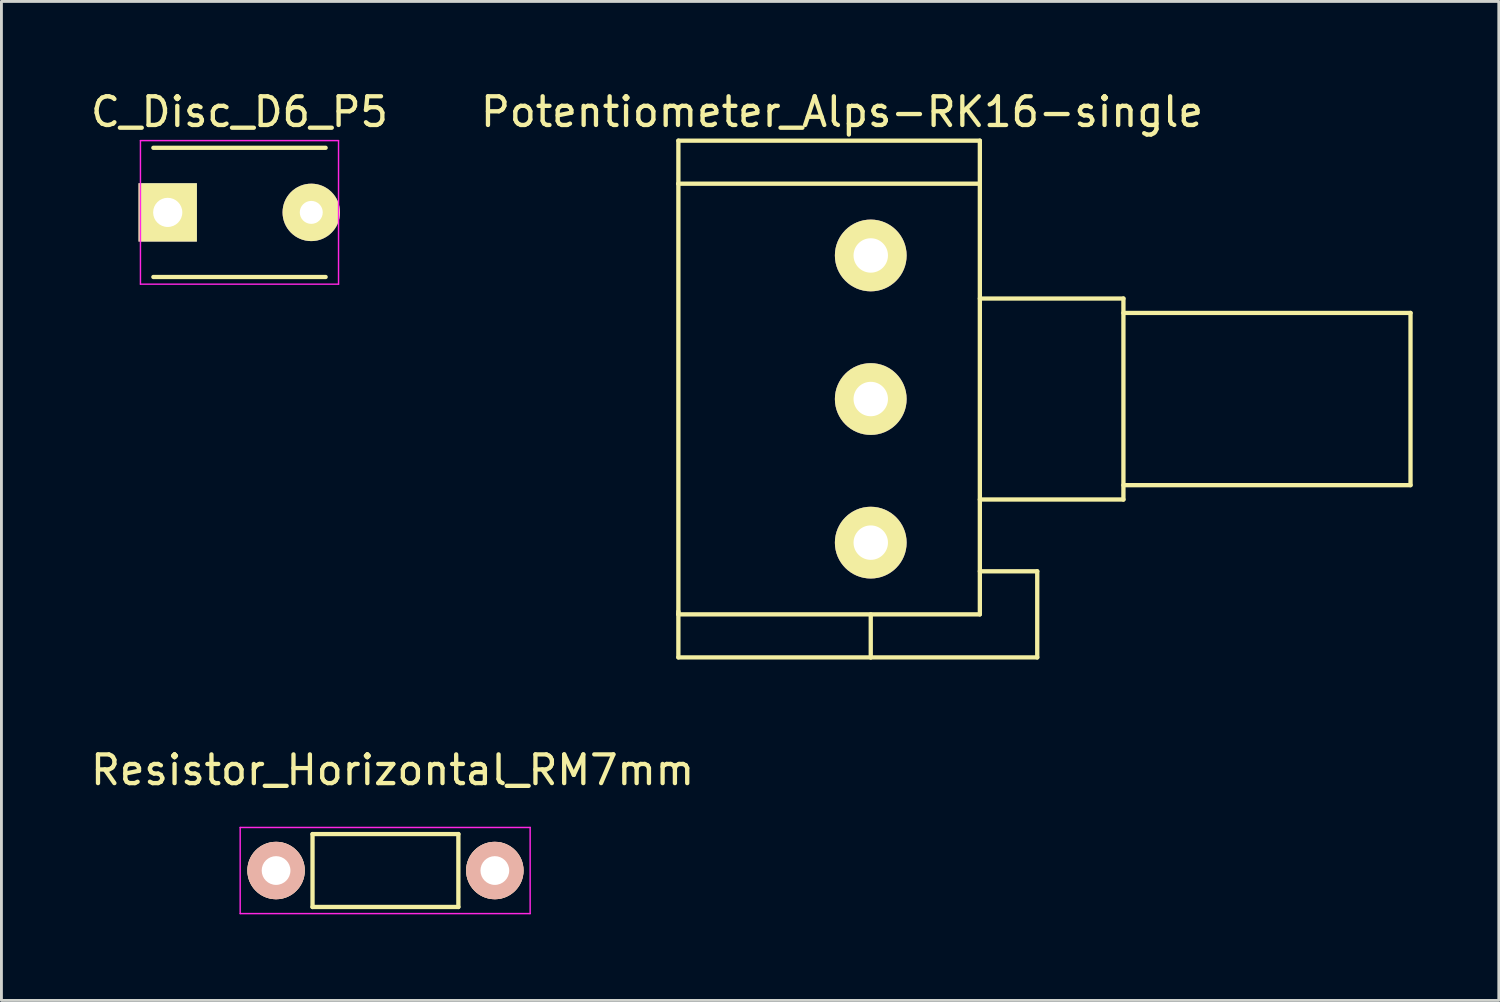
<source format=kicad_pcb>
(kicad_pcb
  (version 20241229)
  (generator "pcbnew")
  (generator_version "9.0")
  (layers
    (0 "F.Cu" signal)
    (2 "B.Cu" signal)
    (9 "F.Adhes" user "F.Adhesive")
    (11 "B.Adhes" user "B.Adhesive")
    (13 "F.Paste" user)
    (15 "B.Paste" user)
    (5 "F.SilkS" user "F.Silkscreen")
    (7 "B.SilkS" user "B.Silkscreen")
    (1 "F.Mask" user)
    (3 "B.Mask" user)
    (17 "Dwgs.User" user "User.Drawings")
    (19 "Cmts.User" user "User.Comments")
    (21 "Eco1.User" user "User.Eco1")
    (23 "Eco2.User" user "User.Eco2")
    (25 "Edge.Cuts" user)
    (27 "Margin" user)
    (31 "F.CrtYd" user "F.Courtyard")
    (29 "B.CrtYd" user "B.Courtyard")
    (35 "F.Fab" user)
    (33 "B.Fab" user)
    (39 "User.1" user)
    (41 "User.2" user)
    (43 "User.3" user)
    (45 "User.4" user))
  (footprint "C_Disc_D6_P5"
    (layer "F.Cu")
    (at 2.792 4.348)
    (property "Reference" "C_Disc_D6_P5" (at 2.5 -3.5 0) (layer "F.SilkS") (effects (font (size 1 1) (thickness 0.15))))
    (attr through_hole)
    (fp_line (start -0.5 -2.25) (end 5.5 -2.25) (stroke (width 0.15) (type solid)) (layer "F.SilkS"))
    (fp_line (start 5.5 2.25) (end -0.5 2.25) (stroke (width 0.15) (type solid)) (layer "F.SilkS"))
    (fp_line (start -0.95 -2.5) (end 5.95 -2.5) (stroke (width 0.05) (type solid)) (layer "F.CrtYd"))
    (fp_line (start -0.95 2.5) (end -0.95 -2.5) (stroke (width 0.05) (type solid)) (layer "F.CrtYd"))
    (fp_line (start 5.95 -2.5) (end 5.95 2.5) (stroke (width 0.05) (type solid)) (layer "F.CrtYd"))
    (fp_line (start 5.95 2.5) (end -0.95 2.5) (stroke (width 0.05) (type solid)) (layer "F.CrtYd"))
    (pad "1" thru_hole rect (at 0 0) (size 2.032 2.032) (drill 1.016) (layers "*.Cu" "*.Mask" "F.SilkS"))
    (pad "2" thru_hole circle (at 5 0) (size 2 2) (drill 0.8) (layers "*.Cu" "*.Mask" "F.SilkS")))
  (footprint "Potentiometer_Alps-RK16-single"
    (layer "F.Cu")
    (at 27.28 5.848)
    (property "Reference" "Potentiometer_Alps-RK16-single" (at -1 -5 0) (layer "F.SilkS") (effects (font (size 1 1) (thickness 0.15))))
    (attr through_hole)
    (fp_line (start -6.701 -3.998) (end -6.701 -2.499) (stroke (width 0.15) (type solid)) (layer "F.SilkS"))
    (fp_line (start -6.701 -2.499) (end -6.701 12.502) (stroke (width 0.15) (type solid)) (layer "F.SilkS"))
    (fp_line (start -6.701 12.502) (end 3.8 12.502) (stroke (width 0.15) (type solid)) (layer "F.SilkS"))
    (fp_line (start -6.701 14) (end -6.701 12.4) (stroke (width 0.15) (type solid)) (layer "F.SilkS"))
    (fp_line (start 0 14) (end -6.701 14) (stroke (width 0.15) (type solid)) (layer "F.SilkS"))
    (fp_line (start 0 14) (end 0 12.502) (stroke (width 0.15) (type solid)) (layer "F.SilkS"))
    (fp_line (start 3.8 -3.998) (end -6.701 -3.998) (stroke (width 0.15) (type solid)) (layer "F.SilkS"))
    (fp_line (start 3.8 -2.499) (end -6.701 -2.499) (stroke (width 0.15) (type solid)) (layer "F.SilkS"))
    (fp_line (start 3.8 -2.499) (end 3.8 -3.998) (stroke (width 0.15) (type solid)) (layer "F.SilkS"))
    (fp_line (start 3.8 1.501) (end 8.801 1.501) (stroke (width 0.15) (type solid)) (layer "F.SilkS"))
    (fp_line (start 3.8 11.001) (end 5.799 11.001) (stroke (width 0.15) (type solid)) (layer "F.SilkS"))
    (fp_line (start 3.8 12.502) (end 3.8 -2.499) (stroke (width 0.15) (type solid)) (layer "F.SilkS"))
    (fp_line (start 5.799 11.001) (end 5.799 14) (stroke (width 0.15) (type solid)) (layer "F.SilkS"))
    (fp_line (start 5.799 14) (end 0 14) (stroke (width 0.15) (type solid)) (layer "F.SilkS"))
    (fp_line (start 8.801 1.501) (end 8.801 8.501) (stroke (width 0.15) (type solid)) (layer "F.SilkS"))
    (fp_line (start 8.801 2.002) (end 18.801 2.002) (stroke (width 0.15) (type solid)) (layer "F.SilkS"))
    (fp_line (start 8.801 8.501) (end 3.8 8.501) (stroke (width 0.15) (type solid)) (layer "F.SilkS"))
    (fp_line (start 18.801 2.002) (end 18.801 8.001) (stroke (width 0.15) (type solid)) (layer "F.SilkS"))
    (fp_line (start 18.801 8.001) (end 8.801 8.001) (stroke (width 0.15) (type solid)) (layer "F.SilkS"))
    (pad "1" thru_hole circle (at 0 0) (size 2.499 2.499) (drill 1.199) (layers "*.Cu" "*.Mask" "F.SilkS"))
    (pad "2" thru_hole circle (at 0 5.001) (size 2.499 2.499) (drill 1.199) (layers "*.Cu" "*.Mask" "F.SilkS"))
    (pad "3" thru_hole circle (at 0 10.003) (size 2.499 2.499) (drill 1.199) (layers "*.Cu" "*.Mask" "F.SilkS")))
  (footprint "Resistor_Horizontal_RM7mm"
    (layer "F.Cu")
    (at 6.566 27.272)
    (property "Reference" "Resistor_Horizontal_RM7mm" (at 4.059 -3.5 0) (layer "F.SilkS") (effects (font (size 1 1) (thickness 0.15))))
    (attr through_hole)
    (fp_line (start 1.27 -1.27) (end 6.35 -1.27) (stroke (width 0.15) (type solid)) (layer "F.SilkS"))
    (fp_line (start 1.27 1.27) (end 1.27 -1.27) (stroke (width 0.15) (type solid)) (layer "F.SilkS"))
    (fp_line (start 6.35 -1.27) (end 6.35 1.27) (stroke (width 0.15) (type solid)) (layer "F.SilkS"))
    (fp_line (start 6.35 1.27) (end 1.27 1.27) (stroke (width 0.15) (type solid)) (layer "F.SilkS"))
    (fp_line (start -1.25 -1.5) (end 8.85 -1.5) (stroke (width 0.05) (type solid)) (layer "F.CrtYd"))
    (fp_line (start -1.25 1.5) (end -1.25 -1.5) (stroke (width 0.05) (type solid)) (layer "F.CrtYd"))
    (fp_line (start -1.25 1.5) (end 8.85 1.5) (stroke (width 0.05) (type solid)) (layer "F.CrtYd"))
    (fp_line (start 8.85 -1.5) (end 8.85 1.5) (stroke (width 0.05) (type solid)) (layer "F.CrtYd"))
    (pad "1" thru_hole circle (at 0 0) (size 1.999 1.999) (drill 1.001) (layers "*.Cu" "*.SilkS" "*.Mask"))
    (pad "2" thru_hole circle (at 7.62 0) (size 1.999 1.999) (drill 1.001) (layers "*.Cu" "*.SilkS" "*.Mask")))
  (gr_rect
    (start -3 -3)
    (end 49.156 31.797)
    (stroke (width 0.1) (type default))
    (fill no)
    (layer "Edge.Cuts")))
</source>
